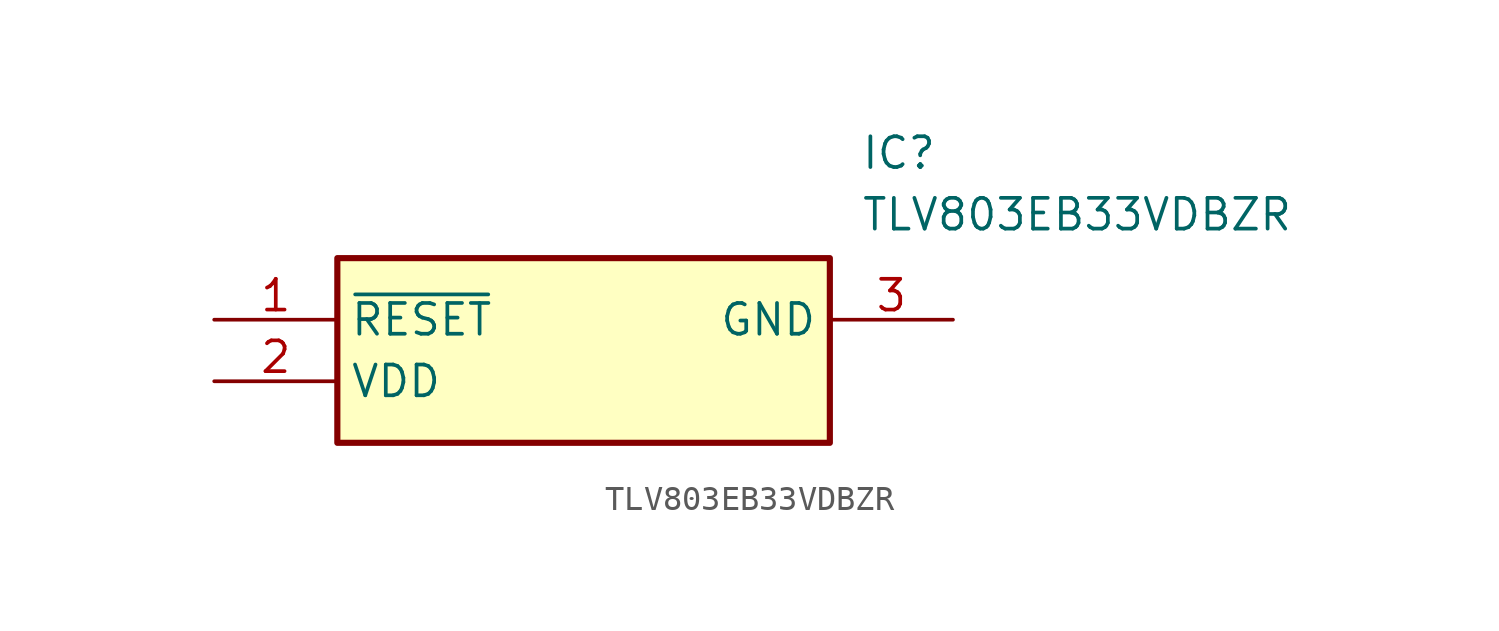
<source format=kicad_sym>
(kicad_symbol_lib
  (version 20211014)
  (generator SamacSys_ECAD_Model)
  (symbol "TLV803EB33VDBZR"
    (property "Reference" "IC"
      (at 26.67 7.62 0)
      (effects (font (size 1.27 1.27)) (justify left top)))
    (property "Value" "TLV803EB33VDBZR"
      (at 26.67 5.08 0)
      (effects (font (size 1.27 1.27)) (justify left top)))
    (rectangle
      (start 5.08 2.54)
      (end 25.4 -5.08)
      (stroke (width 0.254) (type default))
      (fill (type background)))
    (pin passive line
      (at 0 0 0)
      (length 5.08)
      (name "~{RESET}" (effects (font (size 1.27 1.27))))
      (number "1" (effects (font (size 1.27 1.27)))))
    (pin passive line
      (at 0 -2.54 0)
      (length 5.08)
      (name "VDD" (effects (font (size 1.27 1.27))))
      (number "2" (effects (font (size 1.27 1.27)))))
    (pin passive line
      (at 30.48 0 180)
      (length 5.08)
      (name "GND" (effects (font (size 1.27 1.27))))
      (number "3" (effects (font (size 1.27 1.27)))))))
</source>
